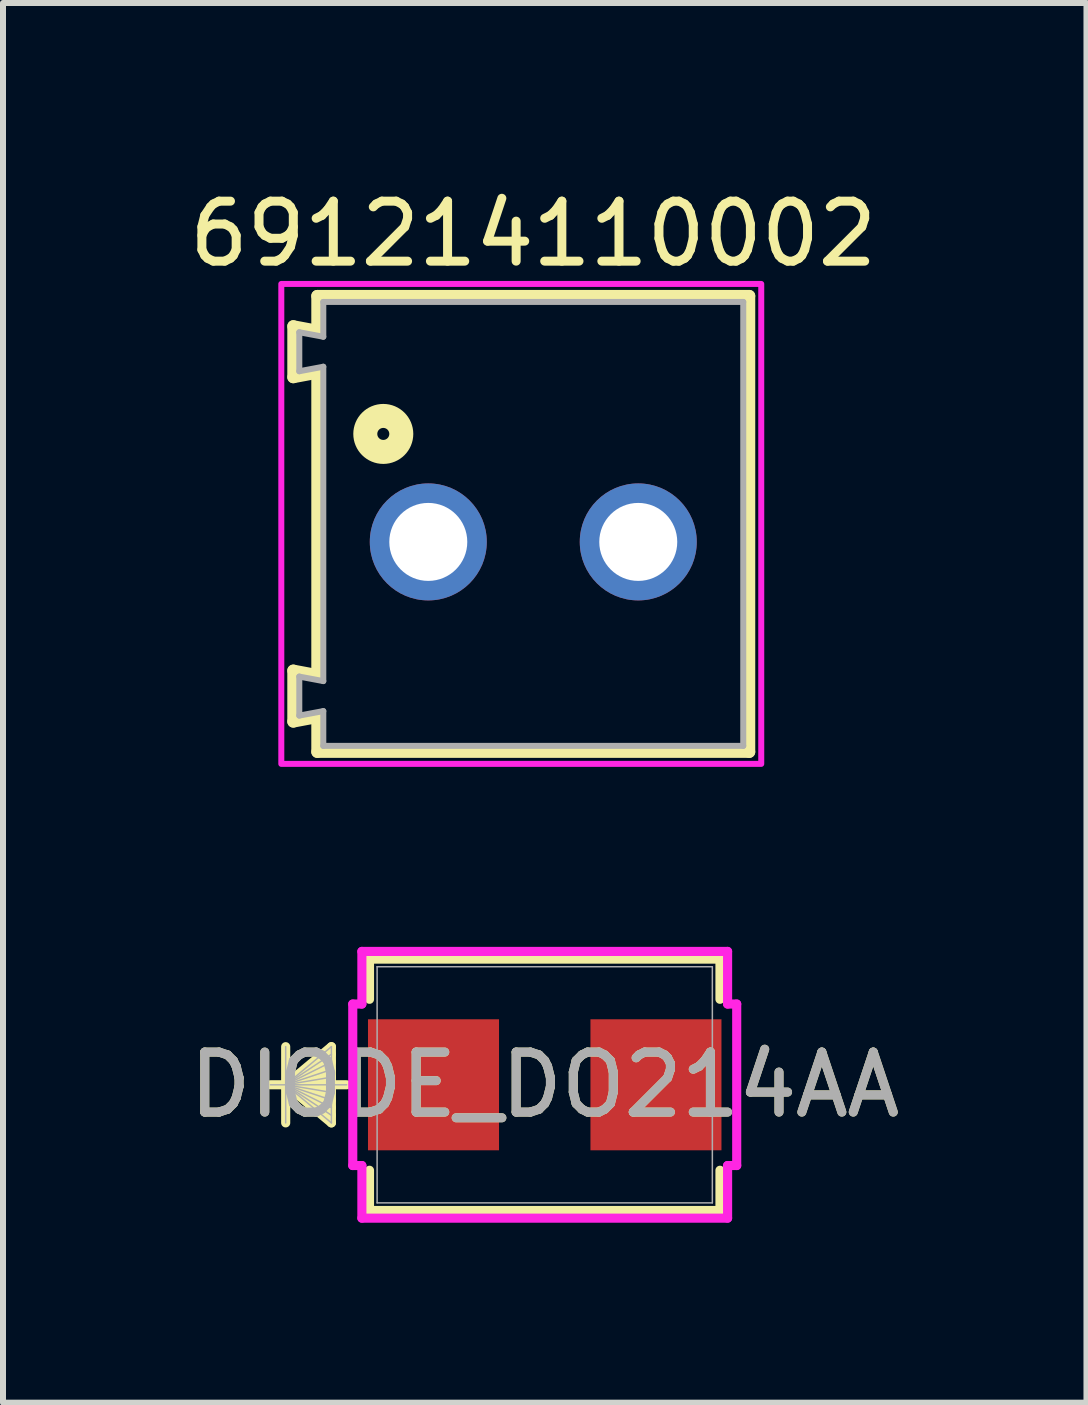
<source format=kicad_pcb>
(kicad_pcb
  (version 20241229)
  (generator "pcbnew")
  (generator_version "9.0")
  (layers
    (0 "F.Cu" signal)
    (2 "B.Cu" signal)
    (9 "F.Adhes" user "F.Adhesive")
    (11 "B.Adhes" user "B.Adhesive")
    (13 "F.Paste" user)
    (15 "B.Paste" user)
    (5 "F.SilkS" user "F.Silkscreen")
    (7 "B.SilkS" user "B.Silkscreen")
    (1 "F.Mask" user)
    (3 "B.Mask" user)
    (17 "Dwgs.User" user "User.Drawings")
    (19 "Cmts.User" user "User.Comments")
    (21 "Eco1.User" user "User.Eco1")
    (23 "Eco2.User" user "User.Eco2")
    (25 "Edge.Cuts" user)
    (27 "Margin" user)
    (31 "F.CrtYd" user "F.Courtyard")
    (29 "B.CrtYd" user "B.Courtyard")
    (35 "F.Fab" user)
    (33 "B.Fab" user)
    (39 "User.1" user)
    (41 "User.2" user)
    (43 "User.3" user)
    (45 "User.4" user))
  (footprint "691214110002"
    (layer "F.Cu")
    (at 5.839 5.983)
    (property "Reference" "691214110002" (at 0 -5.135 0) (layer "F.SilkS") (effects (font (size 1 1) (thickness 0.15))))
    (attr through_hole)
    (fp_line (start -4 -3.595) (end -3.6 -3.52) (stroke (width 0.2) (type solid)) (layer "F.SilkS"))
    (fp_line (start -4 -2.745) (end -4 -3.595) (stroke (width 0.2) (type solid)) (layer "F.SilkS"))
    (fp_line (start -4 2.145) (end -3.6 2.22) (stroke (width 0.2) (type solid)) (layer "F.SilkS"))
    (fp_line (start -4 2.995) (end -4 2.145) (stroke (width 0.2) (type solid)) (layer "F.SilkS"))
    (fp_line (start -3.6 -4.1) (end 3.6 -4.1) (stroke (width 0.2) (type solid)) (layer "F.SilkS"))
    (fp_line (start -3.6 -3.52) (end -3.6 -4.1) (stroke (width 0.2) (type solid)) (layer "F.SilkS"))
    (fp_line (start -3.6 -2.82) (end -4 -2.745) (stroke (width 0.2) (type solid)) (layer "F.SilkS"))
    (fp_line (start -3.6 2.22) (end -3.6 -2.82) (stroke (width 0.2) (type solid)) (layer "F.SilkS"))
    (fp_line (start -3.6 2.92) (end -4 2.995) (stroke (width 0.2) (type solid)) (layer "F.SilkS"))
    (fp_line (start -3.6 3.5) (end -3.6 2.92) (stroke (width 0.2) (type solid)) (layer "F.SilkS"))
    (fp_line (start 3.6 -4.1) (end 3.6 3.5) (stroke (width 0.2) (type solid)) (layer "F.SilkS"))
    (fp_line (start 3.6 3.5) (end -3.6 3.5) (stroke (width 0.2) (type solid)) (layer "F.SilkS"))
    (fp_circle (center -2.5 -1.8) (end -2.4 -1.8) (stroke (width 0.4) (type solid)) (fill no) (layer "F.SilkS"))
    (fp_poly (pts (xy -4.2 -4.3) (xy 3.8 -4.3) (xy 3.8 3.7) (xy -4.2 3.7)) (stroke (width 0.1) (type solid)) (fill no) (layer "F.CrtYd"))
    (fp_line (start -3.9 -3.495) (end -3.9 -2.845) (stroke (width 0.1) (type solid)) (layer "F.Fab"))
    (fp_line (start -3.9 -2.845) (end -3.5 -2.92) (stroke (width 0.1) (type solid)) (layer "F.Fab"))
    (fp_line (start -3.9 2.245) (end -3.9 2.895) (stroke (width 0.1) (type solid)) (layer "F.Fab"))
    (fp_line (start -3.9 2.245) (end -3.5 2.32) (stroke (width 0.1) (type solid)) (layer "F.Fab"))
    (fp_line (start -3.9 2.895) (end -3.5 2.82) (stroke (width 0.1) (type solid)) (layer "F.Fab"))
    (fp_line (start -3.5 -4) (end -3.5 -3.42) (stroke (width 0.1) (type solid)) (layer "F.Fab"))
    (fp_line (start -3.5 -3.42) (end -3.9 -3.495) (stroke (width 0.1) (type solid)) (layer "F.Fab"))
    (fp_line (start -3.5 -2.92) (end -3.5 2.32) (stroke (width 0.1) (type solid)) (layer "F.Fab"))
    (fp_line (start -3.5 2.82) (end -3.5 3.4) (stroke (width 0.1) (type solid)) (layer "F.Fab"))
    (fp_line (start -3.5 3.4) (end 3.5 3.4) (stroke (width 0.1) (type solid)) (layer "F.Fab"))
    (fp_line (start 3.5 -4) (end -3.5 -4) (stroke (width 0.1) (type solid)) (layer "F.Fab"))
    (fp_line (start 3.5 3.4) (end 3.5 -4) (stroke (width 0.1) (type solid)) (layer "F.Fab"))
    (pad "1" thru_hole circle (at -1.75 0) (size 1.95 1.95) (drill 1.3) (layers "*.Cu" "*.Mask"))
    (pad "2" thru_hole circle (at 1.75 0) (size 1.95 1.95) (drill 1.3) (layers "*.Cu" "*.Mask")))
  (footprint "DIODE_DO214AA"
    (layer "F.Cu")
    (at 6.03 15.032)
    (property "Reference" "DIODE_DO214AA" (at 0 0 0) (unlocked yes) (layer "F.SilkS") (effects (font (size 1 1) (thickness 0.15))))
    (attr smd)
    (fp_line (start -4.318 -0.635) (end -4.318 0.635) (stroke (width 0.152) (type solid)) (layer "F.SilkS"))
    (fp_line (start -4.318 0) (end -3.556 -0.635) (stroke (width 0.152) (type solid)) (layer "F.SilkS"))
    (fp_line (start -4.318 0) (end -3.556 -0.508) (stroke (width 0.152) (type solid)) (layer "F.SilkS"))
    (fp_line (start -4.318 0) (end -3.556 -0.381) (stroke (width 0.152) (type solid)) (layer "F.SilkS"))
    (fp_line (start -4.318 0) (end -3.556 -0.254) (stroke (width 0.152) (type solid)) (layer "F.SilkS"))
    (fp_line (start -4.318 0) (end -3.556 -0.127) (stroke (width 0.152) (type solid)) (layer "F.SilkS"))
    (fp_line (start -4.318 0) (end -3.556 0.127) (stroke (width 0.152) (type solid)) (layer "F.SilkS"))
    (fp_line (start -4.318 0) (end -3.556 0.254) (stroke (width 0.152) (type solid)) (layer "F.SilkS"))
    (fp_line (start -4.318 0) (end -3.556 0.381) (stroke (width 0.152) (type solid)) (layer "F.SilkS"))
    (fp_line (start -4.318 0) (end -3.556 0.508) (stroke (width 0.152) (type solid)) (layer "F.SilkS"))
    (fp_line (start -4.318 0) (end -3.556 0.635) (stroke (width 0.152) (type solid)) (layer "F.SilkS"))
    (fp_line (start -3.556 -0.635) (end -3.556 0.635) (stroke (width 0.152) (type solid)) (layer "F.SilkS"))
    (fp_line (start -3.302 0) (end -4.572 0) (stroke (width 0.152) (type solid)) (layer "F.SilkS"))
    (fp_line (start -2.921 -2.095) (end -2.921 -1.425) (stroke (width 0.152) (type solid)) (layer "F.SilkS"))
    (fp_line (start -2.921 1.425) (end -2.921 2.095) (stroke (width 0.152) (type solid)) (layer "F.SilkS"))
    (fp_line (start -2.921 2.095) (end 2.921 2.095) (stroke (width 0.152) (type solid)) (layer "F.SilkS"))
    (fp_line (start 2.921 -2.095) (end -2.921 -2.095) (stroke (width 0.152) (type solid)) (layer "F.SilkS"))
    (fp_line (start 2.921 -1.425) (end 2.921 -2.095) (stroke (width 0.152) (type solid)) (layer "F.SilkS"))
    (fp_line (start 2.921 2.095) (end 2.921 1.425) (stroke (width 0.152) (type solid)) (layer "F.SilkS"))
    (fp_line (start -3.2 -1.346) (end -3.048 -1.346) (stroke (width 0.152) (type solid)) (layer "F.CrtYd"))
    (fp_line (start -3.2 1.346) (end -3.2 -1.346) (stroke (width 0.152) (type solid)) (layer "F.CrtYd"))
    (fp_line (start -3.048 -2.223) (end 3.048 -2.223) (stroke (width 0.152) (type solid)) (layer "F.CrtYd"))
    (fp_line (start -3.048 -1.346) (end -3.048 -2.223) (stroke (width 0.152) (type solid)) (layer "F.CrtYd"))
    (fp_line (start -3.048 1.346) (end -3.2 1.346) (stroke (width 0.152) (type solid)) (layer "F.CrtYd"))
    (fp_line (start -3.048 2.223) (end -3.048 1.346) (stroke (width 0.152) (type solid)) (layer "F.CrtYd"))
    (fp_line (start 3.048 -2.223) (end 3.048 -1.346) (stroke (width 0.152) (type solid)) (layer "F.CrtYd"))
    (fp_line (start 3.048 -1.346) (end 3.2 -1.346) (stroke (width 0.152) (type solid)) (layer "F.CrtYd"))
    (fp_line (start 3.048 1.346) (end 3.048 2.223) (stroke (width 0.152) (type solid)) (layer "F.CrtYd"))
    (fp_line (start 3.048 2.223) (end -3.048 2.223) (stroke (width 0.152) (type solid)) (layer "F.CrtYd"))
    (fp_line (start 3.2 -1.346) (end 3.2 1.346) (stroke (width 0.152) (type solid)) (layer "F.CrtYd"))
    (fp_line (start 3.2 1.346) (end 3.048 1.346) (stroke (width 0.152) (type solid)) (layer "F.CrtYd"))
    (fp_line (start -4.318 -0.635) (end -4.318 0.635) (stroke (width 0.025) (type solid)) (layer "F.Fab"))
    (fp_line (start -4.318 0) (end -3.556 -0.635) (stroke (width 0.025) (type solid)) (layer "F.Fab"))
    (fp_line (start -4.318 0) (end -3.556 -0.508) (stroke (width 0.025) (type solid)) (layer "F.Fab"))
    (fp_line (start -4.318 0) (end -3.556 -0.381) (stroke (width 0.025) (type solid)) (layer "F.Fab"))
    (fp_line (start -4.318 0) (end -3.556 -0.254) (stroke (width 0.025) (type solid)) (layer "F.Fab"))
    (fp_line (start -4.318 0) (end -3.556 -0.127) (stroke (width 0.025) (type solid)) (layer "F.Fab"))
    (fp_line (start -4.318 0) (end -3.556 0.127) (stroke (width 0.025) (type solid)) (layer "F.Fab"))
    (fp_line (start -4.318 0) (end -3.556 0.254) (stroke (width 0.025) (type solid)) (layer "F.Fab"))
    (fp_line (start -4.318 0) (end -3.556 0.381) (stroke (width 0.025) (type solid)) (layer "F.Fab"))
    (fp_line (start -4.318 0) (end -3.556 0.508) (stroke (width 0.025) (type solid)) (layer "F.Fab"))
    (fp_line (start -4.318 0) (end -3.556 0.635) (stroke (width 0.025) (type solid)) (layer "F.Fab"))
    (fp_line (start -3.556 -0.635) (end -3.556 0.635) (stroke (width 0.025) (type solid)) (layer "F.Fab"))
    (fp_line (start -3.302 0) (end -4.572 0) (stroke (width 0.025) (type solid)) (layer "F.Fab"))
    (fp_line (start -2.794 -1.968) (end -2.794 1.968) (stroke (width 0.025) (type solid)) (layer "F.Fab"))
    (fp_line (start -2.794 1.968) (end 2.794 1.968) (stroke (width 0.025) (type solid)) (layer "F.Fab"))
    (fp_line (start 2.794 -1.968) (end -2.794 -1.968) (stroke (width 0.025) (type solid)) (layer "F.Fab"))
    (fp_line (start 2.794 1.968) (end 2.794 -1.968) (stroke (width 0.025) (type solid)) (layer "F.Fab"))
    (fp_text user "${REFERENCE}" (at 0 0 0) (unlocked yes) (layer "F.Fab") (effects (font (size 1 1) (thickness 0.15))))
    (pad "1" smd rect (at -1.854 0 90) (size 2.184 2.184) (layers "F.Cu" "F.Mask" "F.Paste"))
    (pad "2" smd rect (at 1.854 0 90) (size 2.184 2.184) (layers "F.Cu" "F.Mask" "F.Paste"))
    (zone (net_name "") (layer "F.Cu") (hatch full 0.508) (connect_pads) (min_thickness 0.254) (filled_areas_thickness no) (keepout (tracks not_allowed) (vias not_allowed) (pads allowed) (copperpour not_allowed) (footprints allowed)) (placement (enabled no)) (fill) (polygon (pts (xy 3.287 13.114) (xy 8.773 13.114) (xy 8.773 13.889) (xy 3.287 13.889))))
    (zone (net_name "") (layer "F.Cu") (hatch full 0.508) (connect_pads) (min_thickness 0.254) (filled_areas_thickness no) (keepout (tracks not_allowed) (vias not_allowed) (pads allowed) (copperpour not_allowed) (footprints allowed)) (placement (enabled no)) (fill) (polygon (pts (xy 3.287 16.175) (xy 8.773 16.175) (xy 8.773 16.95) (xy 3.287 16.95))))
    (zone (net_name "") (layer "F.Cu") (hatch full 0.508) (connect_pads) (min_thickness 0.254) (filled_areas_thickness no) (keepout (tracks not_allowed) (vias not_allowed) (pads allowed) (copperpour not_allowed) (footprints allowed)) (placement (enabled no)) (fill) (polygon (pts (xy 5.319 13.889) (xy 6.741 13.889) (xy 6.741 16.175) (xy 5.319 16.175)))))
  (gr_rect
    (start -3 -3)
    (end 15.06 20.331)
    (stroke (width 0.1) (type default))
    (fill no)
    (layer "Edge.Cuts")))
</source>
